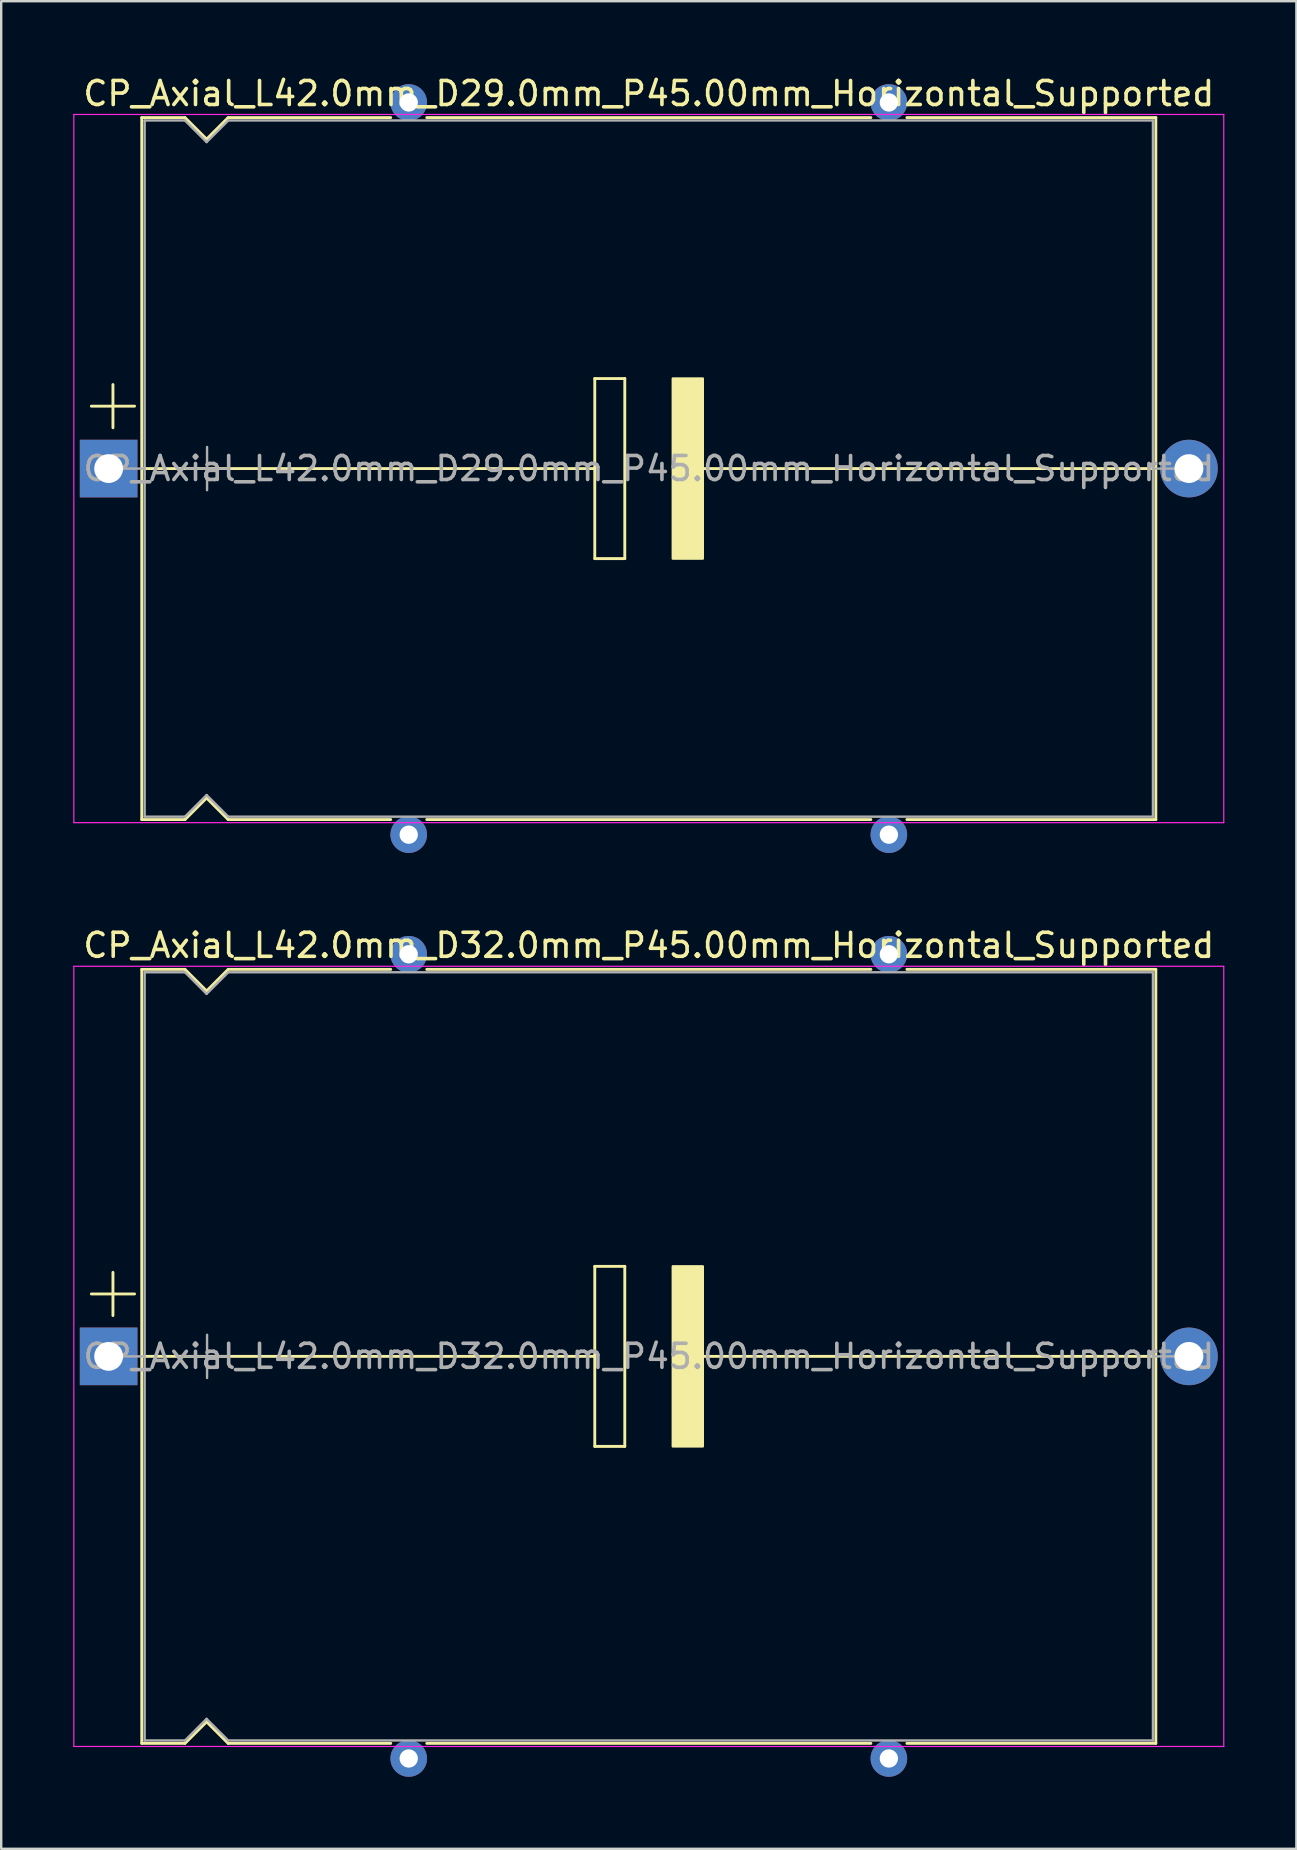
<source format=kicad_pcb>
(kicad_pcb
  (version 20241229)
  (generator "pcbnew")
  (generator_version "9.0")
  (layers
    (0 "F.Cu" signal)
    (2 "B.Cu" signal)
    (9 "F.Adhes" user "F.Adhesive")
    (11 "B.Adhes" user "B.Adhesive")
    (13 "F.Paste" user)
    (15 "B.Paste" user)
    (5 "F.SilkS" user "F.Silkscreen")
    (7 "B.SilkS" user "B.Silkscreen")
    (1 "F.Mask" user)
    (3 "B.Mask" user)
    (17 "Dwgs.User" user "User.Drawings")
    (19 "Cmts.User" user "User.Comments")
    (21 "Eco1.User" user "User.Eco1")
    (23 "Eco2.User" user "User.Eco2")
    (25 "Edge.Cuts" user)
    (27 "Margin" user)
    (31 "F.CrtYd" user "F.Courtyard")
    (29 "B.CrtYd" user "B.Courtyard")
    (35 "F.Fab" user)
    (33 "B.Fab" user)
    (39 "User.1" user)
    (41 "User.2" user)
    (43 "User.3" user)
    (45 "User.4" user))
  (footprint "CP_Axial_L42.0mm_D32.0mm_P45.00mm_Horizontal_Supported"
    (layer "F.Cu")
    (at 1.475 53.449)
    (property "Reference" "CP_Axial_L42.0mm_D32.0mm_P45.00mm_Horizontal_Supported" (at 22.5 -17.12 0) (layer "F.SilkS") (effects (font (size 1 1) (thickness 0.15))))
    (attr through_hole)
    (fp_line (start -0.72 -2.6) (end 1.08 -2.6) (stroke (width 0.12) (type solid)) (layer "F.SilkS"))
    (fp_line (start 0.18 -3.5) (end 0.18 -1.7) (stroke (width 0.12) (type solid)) (layer "F.SilkS"))
    (fp_line (start 1.38 -16.12) (end 1.38 16.12) (stroke (width 0.12) (type solid)) (layer "F.SilkS"))
    (fp_line (start 1.38 -16.12) (end 3.18 -16.12) (stroke (width 0.12) (type solid)) (layer "F.SilkS"))
    (fp_line (start 1.38 16.12) (end 3.18 16.12) (stroke (width 0.12) (type solid)) (layer "F.SilkS"))
    (fp_line (start 1.397 0) (end 20.25 0) (stroke (width 0.12) (type solid)) (layer "F.SilkS"))
    (fp_line (start 3.18 -16.12) (end 4.08 -15.22) (stroke (width 0.12) (type solid)) (layer "F.SilkS"))
    (fp_line (start 3.18 16.12) (end 4.08 15.22) (stroke (width 0.12) (type solid)) (layer "F.SilkS"))
    (fp_line (start 4.08 -15.22) (end 4.98 -16.12) (stroke (width 0.12) (type solid)) (layer "F.SilkS"))
    (fp_line (start 4.08 15.22) (end 4.98 16.12) (stroke (width 0.12) (type solid)) (layer "F.SilkS"))
    (fp_line (start 4.98 -16.12) (end 11.75 -16.12) (stroke (width 0.12) (type solid)) (layer "F.SilkS"))
    (fp_line (start 4.98 16.12) (end 11.75 16.12) (stroke (width 0.12) (type solid)) (layer "F.SilkS"))
    (fp_line (start 13.25 -16.12) (end 31.75 -16.12) (stroke (width 0.12) (type solid)) (layer "F.SilkS"))
    (fp_line (start 13.25 16.12) (end 31.75 16.12) (stroke (width 0.12) (type solid)) (layer "F.SilkS"))
    (fp_line (start 20.25 -3.75) (end 21.5 -3.75) (stroke (width 0.12) (type solid)) (layer "F.SilkS"))
    (fp_line (start 20.25 0) (end 20.25 -3.75) (stroke (width 0.12) (type solid)) (layer "F.SilkS"))
    (fp_line (start 20.25 3.75) (end 20.25 0) (stroke (width 0.12) (type solid)) (layer "F.SilkS"))
    (fp_line (start 21.5 -3.75) (end 21.5 3.75) (stroke (width 0.12) (type solid)) (layer "F.SilkS"))
    (fp_line (start 21.5 3.75) (end 20.25 3.75) (stroke (width 0.12) (type solid)) (layer "F.SilkS"))
    (fp_line (start 24.75 0) (end 43.561 0) (stroke (width 0.12) (type solid)) (layer "F.SilkS"))
    (fp_line (start 33.25 -16.12) (end 43.62 -16.12) (stroke (width 0.12) (type solid)) (layer "F.SilkS"))
    (fp_line (start 33.25 16.12) (end 43.62 16.12) (stroke (width 0.12) (type solid)) (layer "F.SilkS"))
    (fp_line (start 43.62 -16.12) (end 43.62 16.12) (stroke (width 0.12) (type solid)) (layer "F.SilkS"))
    (fp_poly (pts (xy 24.75 3.75) (xy 23.5 3.75) (xy 23.5 -3.75) (xy 24.75 -3.75)) (stroke (width 0.1) (type solid)) (fill yes) (layer "F.SilkS"))
    (fp_line (start -1.45 -16.25) (end -1.45 16.25) (stroke (width 0.05) (type solid)) (layer "F.CrtYd"))
    (fp_line (start -1.45 16.25) (end 46.45 16.25) (stroke (width 0.05) (type solid)) (layer "F.CrtYd"))
    (fp_line (start 46.45 -16.25) (end -1.45 -16.25) (stroke (width 0.05) (type solid)) (layer "F.CrtYd"))
    (fp_line (start 46.45 16.25) (end 46.45 -16.25) (stroke (width 0.05) (type solid)) (layer "F.CrtYd"))
    (fp_line (start 0 0) (end 1.5 0) (stroke (width 0.1) (type solid)) (layer "F.Fab"))
    (fp_line (start 1.5 -16) (end 1.5 16) (stroke (width 0.1) (type solid)) (layer "F.Fab"))
    (fp_line (start 1.5 -16) (end 3.18 -16) (stroke (width 0.1) (type solid)) (layer "F.Fab"))
    (fp_line (start 1.5 16) (end 3.18 16) (stroke (width 0.1) (type solid)) (layer "F.Fab"))
    (fp_line (start 3.18 -16) (end 4.08 -15.1) (stroke (width 0.1) (type solid)) (layer "F.Fab"))
    (fp_line (start 3.18 16) (end 4.08 15.1) (stroke (width 0.1) (type solid)) (layer "F.Fab"))
    (fp_line (start 3.2 0) (end 5 0) (stroke (width 0.1) (type solid)) (layer "F.Fab"))
    (fp_line (start 4.08 -15.1) (end 4.98 -16) (stroke (width 0.1) (type solid)) (layer "F.Fab"))
    (fp_line (start 4.08 15.1) (end 4.98 16) (stroke (width 0.1) (type solid)) (layer "F.Fab"))
    (fp_line (start 4.1 -0.9) (end 4.1 0.9) (stroke (width 0.1) (type solid)) (layer "F.Fab"))
    (fp_line (start 4.98 -16) (end 43.5 -16) (stroke (width 0.1) (type solid)) (layer "F.Fab"))
    (fp_line (start 4.98 16) (end 43.5 16) (stroke (width 0.1) (type solid)) (layer "F.Fab"))
    (fp_line (start 43.5 -16) (end 43.5 16) (stroke (width 0.1) (type solid)) (layer "F.Fab"))
    (fp_line (start 45 0) (end 43.5 0) (stroke (width 0.1) (type solid)) (layer "F.Fab"))
    (fp_text user "${REFERENCE}" (at 22.5 0 0) (layer "F.Fab") (effects (font (size 1 1) (thickness 0.15))))
    (pad "" thru_hole circle (at 12.5 -16.75) (size 1.524 1.524) (drill 0.762) (layers "*.Cu" "*.Mask"))
    (pad "" thru_hole circle (at 12.5 16.75) (size 1.524 1.524) (drill 0.762) (layers "*.Cu" "*.Mask"))
    (pad "" thru_hole circle (at 32.5 -16.75) (size 1.524 1.524) (drill 0.762) (layers "*.Cu" "*.Mask"))
    (pad "" thru_hole circle (at 32.5 16.75) (size 1.524 1.524) (drill 0.762) (layers "*.Cu" "*.Mask"))
    (pad "1" thru_hole rect (at 0 0) (size 2.4 2.4) (drill 1.2) (layers "*.Cu" "*.Mask"))
    (pad "2" thru_hole oval (at 45 0) (size 2.4 2.4) (drill 1.2) (layers "*.Cu" "*.Mask")))
  (footprint "CP_Axial_L42.0mm_D29.0mm_P45.00mm_Horizontal_Supported"
    (layer "F.Cu")
    (at 1.475 16.468)
    (property "Reference" "CP_Axial_L42.0mm_D29.0mm_P45.00mm_Horizontal_Supported" (at 22.5 -15.62 0) (layer "F.SilkS") (effects (font (size 1 1) (thickness 0.15))))
    (attr through_hole)
    (fp_line (start -0.72 -2.6) (end 1.08 -2.6) (stroke (width 0.12) (type solid)) (layer "F.SilkS"))
    (fp_line (start 0.18 -3.5) (end 0.18 -1.7) (stroke (width 0.12) (type solid)) (layer "F.SilkS"))
    (fp_line (start 1.38 -14.62) (end 1.38 14.62) (stroke (width 0.12) (type solid)) (layer "F.SilkS"))
    (fp_line (start 1.38 -14.62) (end 3.18 -14.62) (stroke (width 0.12) (type solid)) (layer "F.SilkS"))
    (fp_line (start 1.38 14.62) (end 3.18 14.62) (stroke (width 0.12) (type solid)) (layer "F.SilkS"))
    (fp_line (start 1.397 0) (end 20.25 0) (stroke (width 0.12) (type solid)) (layer "F.SilkS"))
    (fp_line (start 3.18 -14.62) (end 4.08 -13.72) (stroke (width 0.12) (type solid)) (layer "F.SilkS"))
    (fp_line (start 3.18 14.62) (end 4.08 13.72) (stroke (width 0.12) (type solid)) (layer "F.SilkS"))
    (fp_line (start 4.08 -13.72) (end 4.98 -14.62) (stroke (width 0.12) (type solid)) (layer "F.SilkS"))
    (fp_line (start 4.08 13.72) (end 4.98 14.62) (stroke (width 0.12) (type solid)) (layer "F.SilkS"))
    (fp_line (start 4.98 -14.62) (end 11.75 -14.62) (stroke (width 0.12) (type solid)) (layer "F.SilkS"))
    (fp_line (start 4.98 14.62) (end 11.75 14.62) (stroke (width 0.12) (type solid)) (layer "F.SilkS"))
    (fp_line (start 13.25 -14.62) (end 31.75 -14.62) (stroke (width 0.12) (type solid)) (layer "F.SilkS"))
    (fp_line (start 13.25 14.62) (end 31.75 14.62) (stroke (width 0.12) (type solid)) (layer "F.SilkS"))
    (fp_line (start 20.25 -3.75) (end 21.5 -3.75) (stroke (width 0.12) (type solid)) (layer "F.SilkS"))
    (fp_line (start 20.25 0) (end 20.25 -3.75) (stroke (width 0.12) (type solid)) (layer "F.SilkS"))
    (fp_line (start 20.25 3.75) (end 20.25 0) (stroke (width 0.12) (type solid)) (layer "F.SilkS"))
    (fp_line (start 21.5 -3.75) (end 21.5 3.75) (stroke (width 0.12) (type solid)) (layer "F.SilkS"))
    (fp_line (start 21.5 3.75) (end 20.25 3.75) (stroke (width 0.12) (type solid)) (layer "F.SilkS"))
    (fp_line (start 24.75 0) (end 43.561 0) (stroke (width 0.12) (type solid)) (layer "F.SilkS"))
    (fp_line (start 33.25 -14.62) (end 43.62 -14.62) (stroke (width 0.12) (type solid)) (layer "F.SilkS"))
    (fp_line (start 33.25 14.62) (end 43.62 14.62) (stroke (width 0.12) (type solid)) (layer "F.SilkS"))
    (fp_line (start 43.62 -14.62) (end 43.62 14.62) (stroke (width 0.12) (type solid)) (layer "F.SilkS"))
    (fp_poly (pts (xy 24.75 3.75) (xy 23.5 3.75) (xy 23.5 -3.75) (xy 24.75 -3.75)) (stroke (width 0.1) (type solid)) (fill yes) (layer "F.SilkS"))
    (fp_line (start -1.45 -14.75) (end -1.45 14.75) (stroke (width 0.05) (type solid)) (layer "F.CrtYd"))
    (fp_line (start -1.45 14.75) (end 46.45 14.75) (stroke (width 0.05) (type solid)) (layer "F.CrtYd"))
    (fp_line (start 46.45 -14.75) (end -1.45 -14.75) (stroke (width 0.05) (type solid)) (layer "F.CrtYd"))
    (fp_line (start 46.45 14.75) (end 46.45 -14.75) (stroke (width 0.05) (type solid)) (layer "F.CrtYd"))
    (fp_line (start 0 0) (end 1.5 0) (stroke (width 0.1) (type solid)) (layer "F.Fab"))
    (fp_line (start 1.5 -14.5) (end 1.5 14.5) (stroke (width 0.1) (type solid)) (layer "F.Fab"))
    (fp_line (start 1.5 -14.5) (end 3.18 -14.5) (stroke (width 0.1) (type solid)) (layer "F.Fab"))
    (fp_line (start 1.5 14.5) (end 3.18 14.5) (stroke (width 0.1) (type solid)) (layer "F.Fab"))
    (fp_line (start 3.18 -14.5) (end 4.08 -13.6) (stroke (width 0.1) (type solid)) (layer "F.Fab"))
    (fp_line (start 3.18 14.5) (end 4.08 13.6) (stroke (width 0.1) (type solid)) (layer "F.Fab"))
    (fp_line (start 3.2 0) (end 5 0) (stroke (width 0.1) (type solid)) (layer "F.Fab"))
    (fp_line (start 4.08 -13.6) (end 4.98 -14.5) (stroke (width 0.1) (type solid)) (layer "F.Fab"))
    (fp_line (start 4.08 13.6) (end 4.98 14.5) (stroke (width 0.1) (type solid)) (layer "F.Fab"))
    (fp_line (start 4.1 -0.9) (end 4.1 0.9) (stroke (width 0.1) (type solid)) (layer "F.Fab"))
    (fp_line (start 4.98 -14.5) (end 43.5 -14.5) (stroke (width 0.1) (type solid)) (layer "F.Fab"))
    (fp_line (start 4.98 14.5) (end 43.5 14.5) (stroke (width 0.1) (type solid)) (layer "F.Fab"))
    (fp_line (start 43.5 -14.5) (end 43.5 14.5) (stroke (width 0.1) (type solid)) (layer "F.Fab"))
    (fp_line (start 45 0) (end 43.5 0) (stroke (width 0.1) (type solid)) (layer "F.Fab"))
    (fp_text user "${REFERENCE}" (at 22.5 0 0) (layer "F.Fab") (effects (font (size 1 1) (thickness 0.15))))
    (pad "" thru_hole circle (at 12.5 -15.25) (size 1.524 1.524) (drill 0.762) (layers "*.Cu" "*.Mask"))
    (pad "" thru_hole circle (at 12.5 15.25) (size 1.524 1.524) (drill 0.762) (layers "*.Cu" "*.Mask"))
    (pad "" thru_hole circle (at 32.5 -15.25) (size 1.524 1.524) (drill 0.762) (layers "*.Cu" "*.Mask"))
    (pad "" thru_hole circle (at 32.5 15.25) (size 1.524 1.524) (drill 0.762) (layers "*.Cu" "*.Mask"))
    (pad "1" thru_hole rect (at 0 0) (size 2.4 2.4) (drill 1.2) (layers "*.Cu" "*.Mask"))
    (pad "2" thru_hole oval (at 45 0) (size 2.4 2.4) (drill 1.2) (layers "*.Cu" "*.Mask")))
  (gr_rect
    (start -3 -3)
    (end 50.95 73.96)
    (stroke (width 0.1) (type default))
    (fill no)
    (layer "Edge.Cuts")))
</source>
